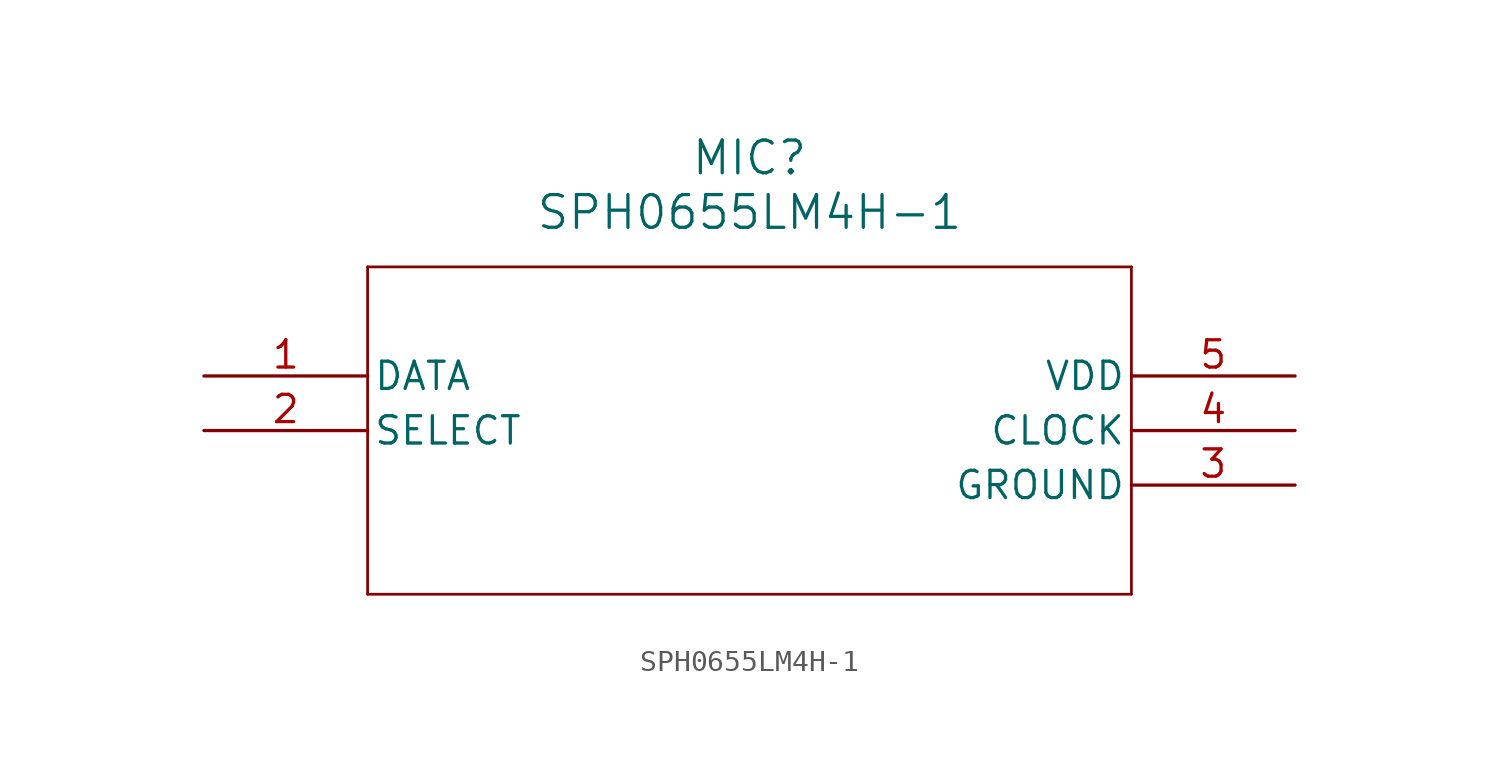
<source format=kicad_sym>
(kicad_symbol_lib
  (version 20220914)
  (generator kicad_symbol_editor)
  (symbol "SPH0655LM4H-1"
    (pin_names
      (offset 0.254))
    (property "Reference" "MIC"
      (at 25.4 10.16 0)
      (effects (font (size 1.524 1.524))))
    (property "Value" "SPH0655LM4H-1"
      (at 25.4 7.62 0)
      (effects (font (size 1.524 1.524))))
    (property "ki_locked" ""
      (at 0 0 0)
      (effects (font (size 1.27 1.27))))
    (symbol "SPH0655LM4H-1_0_1"
      (polyline (pts (xy 7.62 -10.16) (xy 43.18 -10.16)) (stroke (width 0.127) (type default)) (fill (type none)))
      (polyline (pts (xy 7.62 5.08) (xy 7.62 -10.16)) (stroke (width 0.127) (type default)) (fill (type none)))
      (polyline (pts (xy 43.18 -10.16) (xy 43.18 5.08)) (stroke (width 0.127) (type default)) (fill (type none)))
      (polyline (pts (xy 43.18 5.08) (xy 7.62 5.08)) (stroke (width 0.127) (type default)) (fill (type none)))
      (pin output line (at 0 0 0) (length 7.62) (name "DATA" (effects (font (size 1.27 1.27)))) (number "1" (effects (font (size 1.27 1.27)))))
      (pin input line (at 0 -2.54 0) (length 7.62) (name "SELECT" (effects (font (size 1.27 1.27)))) (number "2" (effects (font (size 1.27 1.27)))))
      (pin power_out line (at 50.8 -5.08 180) (length 7.62) (name "GROUND" (effects (font (size 1.27 1.27)))) (number "3" (effects (font (size 1.27 1.27)))))
      (pin input line (at 50.8 -2.54 180) (length 7.62) (name "CLOCK" (effects (font (size 1.27 1.27)))) (number "4" (effects (font (size 1.27 1.27)))))
      (pin power_in line (at 50.8 0 180) (length 7.62) (name "VDD" (effects (font (size 1.27 1.27)))) (number "5" (effects (font (size 1.27 1.27))))))))
</source>
